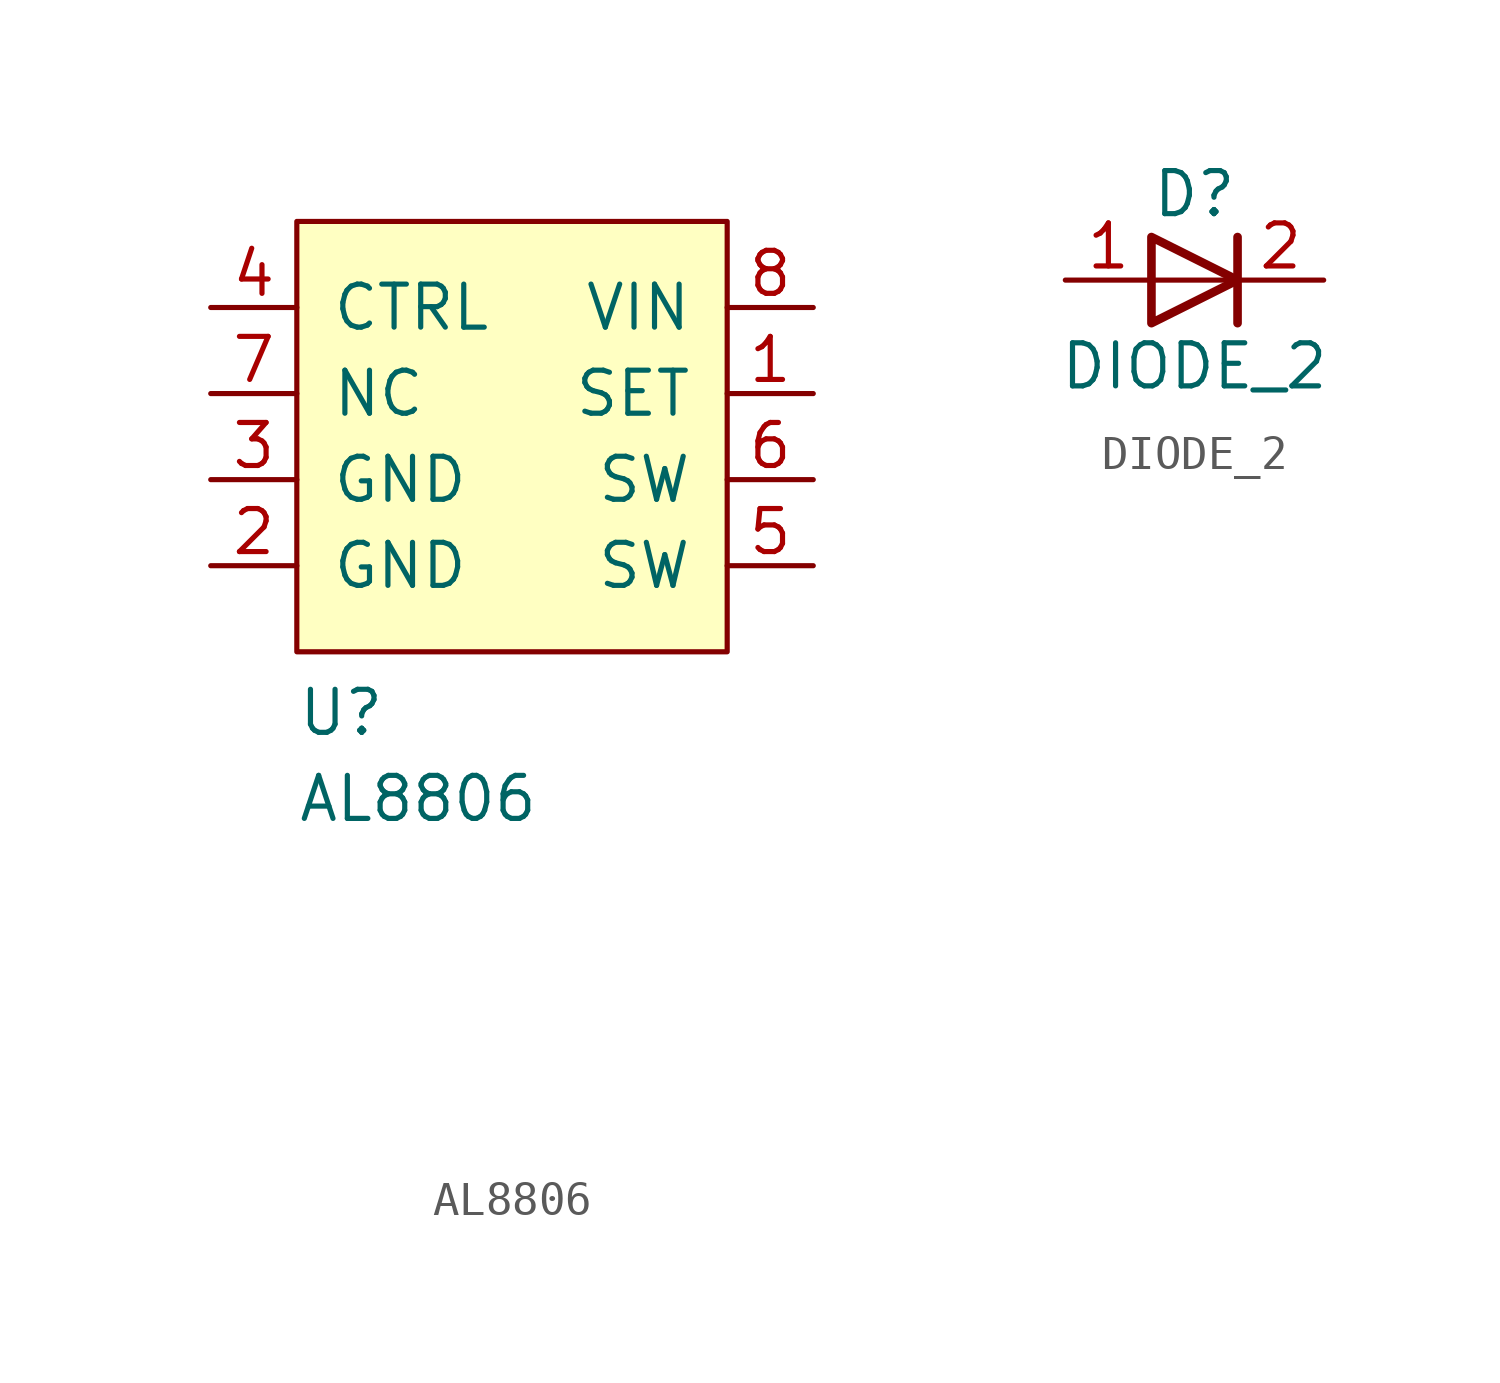
<source format=kicad_sym>
(kicad_symbol_lib
  (version 20231120)
  (generator "kicad_symbol_editor")
  (generator_version "8.0")
  (symbol "AL8806"
    (pin_names
      (offset 1.016))
    (property "Reference" "U"
      (at -6.35 -8.89 0)
      (effects (font (size 1.27 1.27)) (justify left bottom)))
    (property "Value" "AL8806"
      (at -6.35 -11.43 0)
      (effects (font (size 1.27 1.27)) (justify left bottom)))
    (property "Footprint" ""
      (at -6.35 -19.05 0)
      (effects (font (size 1.27 1.27)) (justify left bottom)))
    (symbol "AL8806_0_1"
      (rectangle (start -6.35 6.35) (end 6.35 -6.35) (stroke (width 0) (type default)) (fill (type background))))
    (symbol "AL8806_1_1"
      (pin passive line (at 8.89 1.27 180) (length 2.54) (name "SET" (effects (font (size 1.27 1.27)))) (number "1" (effects (font (size 1.27 1.27)))))
      (pin passive line (at -8.89 -3.81 0) (length 2.54) (name "GND" (effects (font (size 1.27 1.27)))) (number "2" (effects (font (size 1.27 1.27)))))
      (pin passive line (at -8.89 -1.27 0) (length 2.54) (name "GND" (effects (font (size 1.27 1.27)))) (number "3" (effects (font (size 1.27 1.27)))))
      (pin passive line (at -8.89 3.81 0) (length 2.54) (name "CTRL" (effects (font (size 1.27 1.27)))) (number "4" (effects (font (size 1.27 1.27)))))
      (pin passive line (at 8.89 -3.81 180) (length 2.54) (name "SW" (effects (font (size 1.27 1.27)))) (number "5" (effects (font (size 1.27 1.27)))))
      (pin passive line (at 8.89 -1.27 180) (length 2.54) (name "SW" (effects (font (size 1.27 1.27)))) (number "6" (effects (font (size 1.27 1.27)))))
      (pin passive line (at -8.89 1.27 0) (length 2.54) (name "NC" (effects (font (size 1.27 1.27)))) (number "7" (effects (font (size 1.27 1.27)))))
      (pin passive line (at 8.89 3.81 180) (length 2.54) (name "VIN" (effects (font (size 1.27 1.27)))) (number "8" (effects (font (size 1.27 1.27)))))))
  (symbol "DIODE_2"
    (pin_names
      (offset 1.016) hide)
    (property "Reference" "D"
      (at 0 2.54 0)
      (effects (font (size 1.27 1.27))))
    (property "Value" "DIODE_2"
      (at 0 -2.54 0)
      (effects (font (size 1.27 1.27))))
    (symbol "DIODE_2_0_1"
      (polyline (pts (xy 1.27 0) (xy -1.27 0)) (stroke (width 0) (type default)) (fill (type none)))
      (polyline (pts (xy 1.27 1.27) (xy 1.27 -1.27)) (stroke (width 0.254) (type default)) (fill (type none)))
      (polyline (pts (xy -1.27 -1.27) (xy -1.27 1.27) (xy 1.27 0) (xy -1.27 -1.27)) (stroke (width 0.254) (type default)) (fill (type none))))
    (symbol "DIODE_2_1_1"
      (pin passive line (at -3.81 0 0) (length 2.54) (name "A" (effects (font (size 1.27 1.27)))) (number "1" (effects (font (size 1.27 1.27)))))
      (pin passive line (at 3.81 0 180) (length 2.54) (name "K" (effects (font (size 1.27 1.27)))) (number "2" (effects (font (size 1.27 1.27))))))))
</source>
